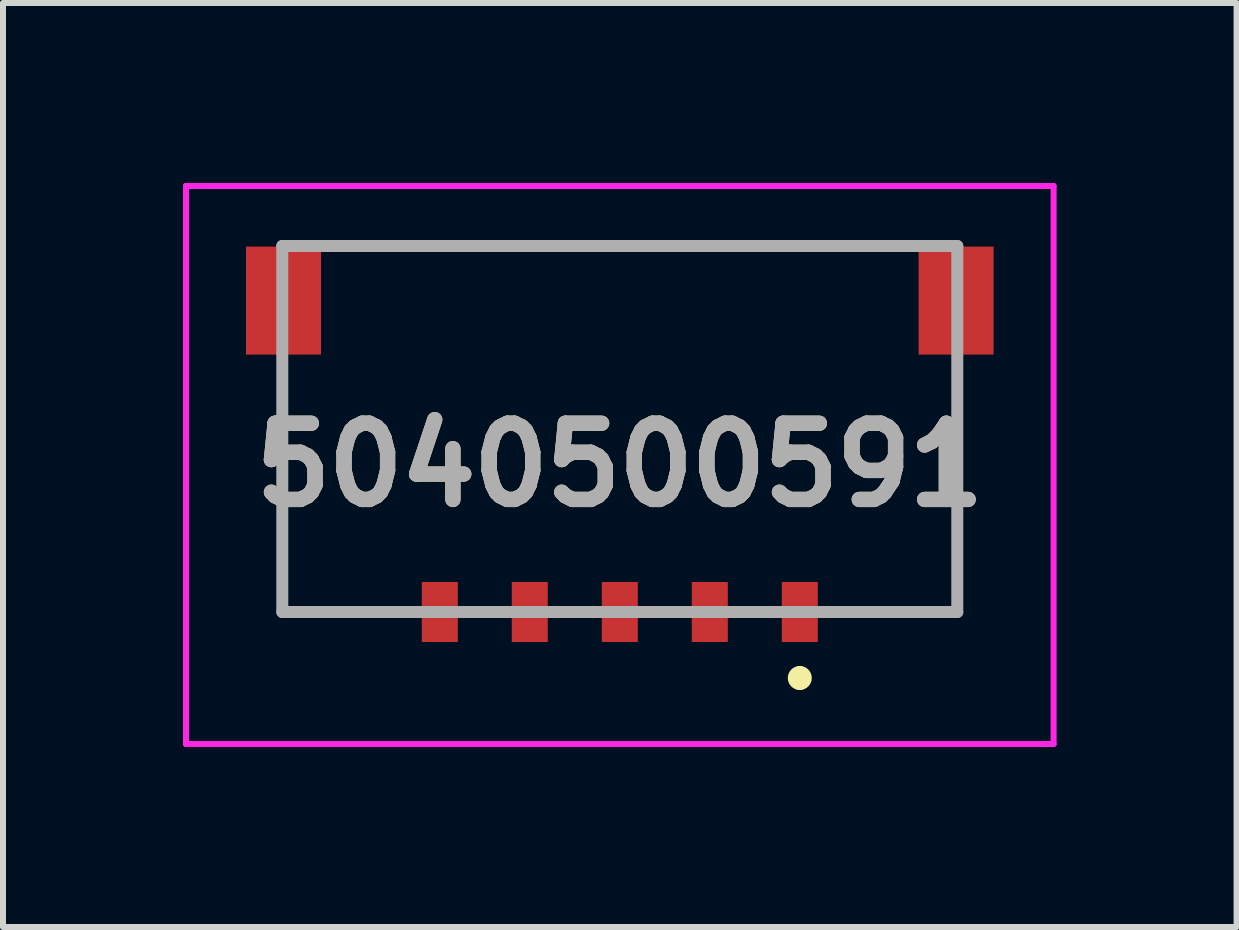
<source format=kicad_pcb>
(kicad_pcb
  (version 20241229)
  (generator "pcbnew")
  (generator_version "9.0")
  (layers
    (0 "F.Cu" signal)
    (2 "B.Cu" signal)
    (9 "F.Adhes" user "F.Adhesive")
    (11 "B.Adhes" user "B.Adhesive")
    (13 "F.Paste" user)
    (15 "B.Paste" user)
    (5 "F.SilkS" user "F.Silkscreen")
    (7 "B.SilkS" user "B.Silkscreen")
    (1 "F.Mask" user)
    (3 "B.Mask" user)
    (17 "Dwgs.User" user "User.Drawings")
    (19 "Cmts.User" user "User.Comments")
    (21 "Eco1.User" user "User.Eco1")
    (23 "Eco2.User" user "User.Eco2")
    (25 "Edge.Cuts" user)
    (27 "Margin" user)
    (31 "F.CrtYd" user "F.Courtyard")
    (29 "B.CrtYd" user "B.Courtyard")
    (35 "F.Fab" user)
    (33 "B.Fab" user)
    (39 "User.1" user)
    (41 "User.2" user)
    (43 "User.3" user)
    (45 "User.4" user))
  (footprint "5040500591"
    (layer "F.Cu")
    (at 7.28 4.7)
    (property "Reference" "5040500591" (at 0 0 0) (layer "F.SilkS") (effects (font (size 1.27 1.27) (thickness 0.254))))
    (attr smd)
    (fp_line (start -5.625 -1.55) (end -5.625 2.45) (stroke (width 0.1) (type solid)) (layer "F.SilkS"))
    (fp_line (start -4.5 -3.65) (end 4.5 -3.65) (stroke (width 0.1) (type solid)) (layer "F.SilkS"))
    (fp_line (start 3 3.45) (end 3 3.45) (stroke (width 0.2) (type solid)) (layer "F.SilkS"))
    (fp_line (start 3 3.65) (end 3 3.65) (stroke (width 0.2) (type solid)) (layer "F.SilkS"))
    (fp_line (start 5.625 -1.55) (end 5.605 2.45) (stroke (width 0.1) (type solid)) (layer "F.SilkS"))
    (fp_arc (start 3 3.45) (mid 3.1 3.55) (end 3 3.65) (stroke (width 0.2) (type solid)) (layer "F.SilkS"))
    (fp_arc (start 3 3.65) (mid 2.9 3.55) (end 3 3.45) (stroke (width 0.2) (type solid)) (layer "F.SilkS"))
    (fp_line (start -7.23 -4.65) (end 7.23 -4.65) (stroke (width 0.1) (type solid)) (layer "F.CrtYd"))
    (fp_line (start -7.23 4.65) (end -7.23 -4.65) (stroke (width 0.1) (type solid)) (layer "F.CrtYd"))
    (fp_line (start 7.23 -4.65) (end 7.23 4.65) (stroke (width 0.1) (type solid)) (layer "F.CrtYd"))
    (fp_line (start 7.23 4.65) (end -7.23 4.65) (stroke (width 0.1) (type solid)) (layer "F.CrtYd"))
    (fp_line (start -5.625 -3.65) (end 5.625 -3.65) (stroke (width 0.2) (type solid)) (layer "F.Fab"))
    (fp_line (start -5.625 2.45) (end -5.625 -3.65) (stroke (width 0.2) (type solid)) (layer "F.Fab"))
    (fp_line (start 5.625 -3.65) (end 5.625 2.45) (stroke (width 0.2) (type solid)) (layer "F.Fab"))
    (fp_line (start 5.625 2.45) (end -5.625 2.45) (stroke (width 0.2) (type solid)) (layer "F.Fab"))
    (fp_text user "${REFERENCE}" (at 0 0 0) (layer "F.Fab") (effects (font (size 1.27 1.27) (thickness 0.254))))
    (pad "1" smd rect (at 3 2.45) (size 0.6 1) (layers "F.Cu" "F.Mask" "F.Paste"))
    (pad "2" smd rect (at 1.5 2.45) (size 0.6 1) (layers "F.Cu" "F.Mask" "F.Paste"))
    (pad "3" smd rect (at 0 2.45) (size 0.6 1) (layers "F.Cu" "F.Mask" "F.Paste"))
    (pad "4" smd rect (at -1.5 2.45) (size 0.6 1) (layers "F.Cu" "F.Mask" "F.Paste"))
    (pad "5" smd rect (at -3 2.45) (size 0.6 1) (layers "F.Cu" "F.Mask" "F.Paste"))
    (pad "MP1" smd rect (at 5.605 -2.74) (size 1.25 1.8) (layers "F.Cu" "F.Mask" "F.Paste"))
    (pad "MP2" smd rect (at -5.605 -2.74) (size 1.25 1.8) (layers "F.Cu" "F.Mask" "F.Paste")))
  (gr_rect
    (start -3 -3)
    (end 17.56 12.4)
    (stroke (width 0.1) (type default))
    (fill no)
    (layer "Edge.Cuts")))
</source>
